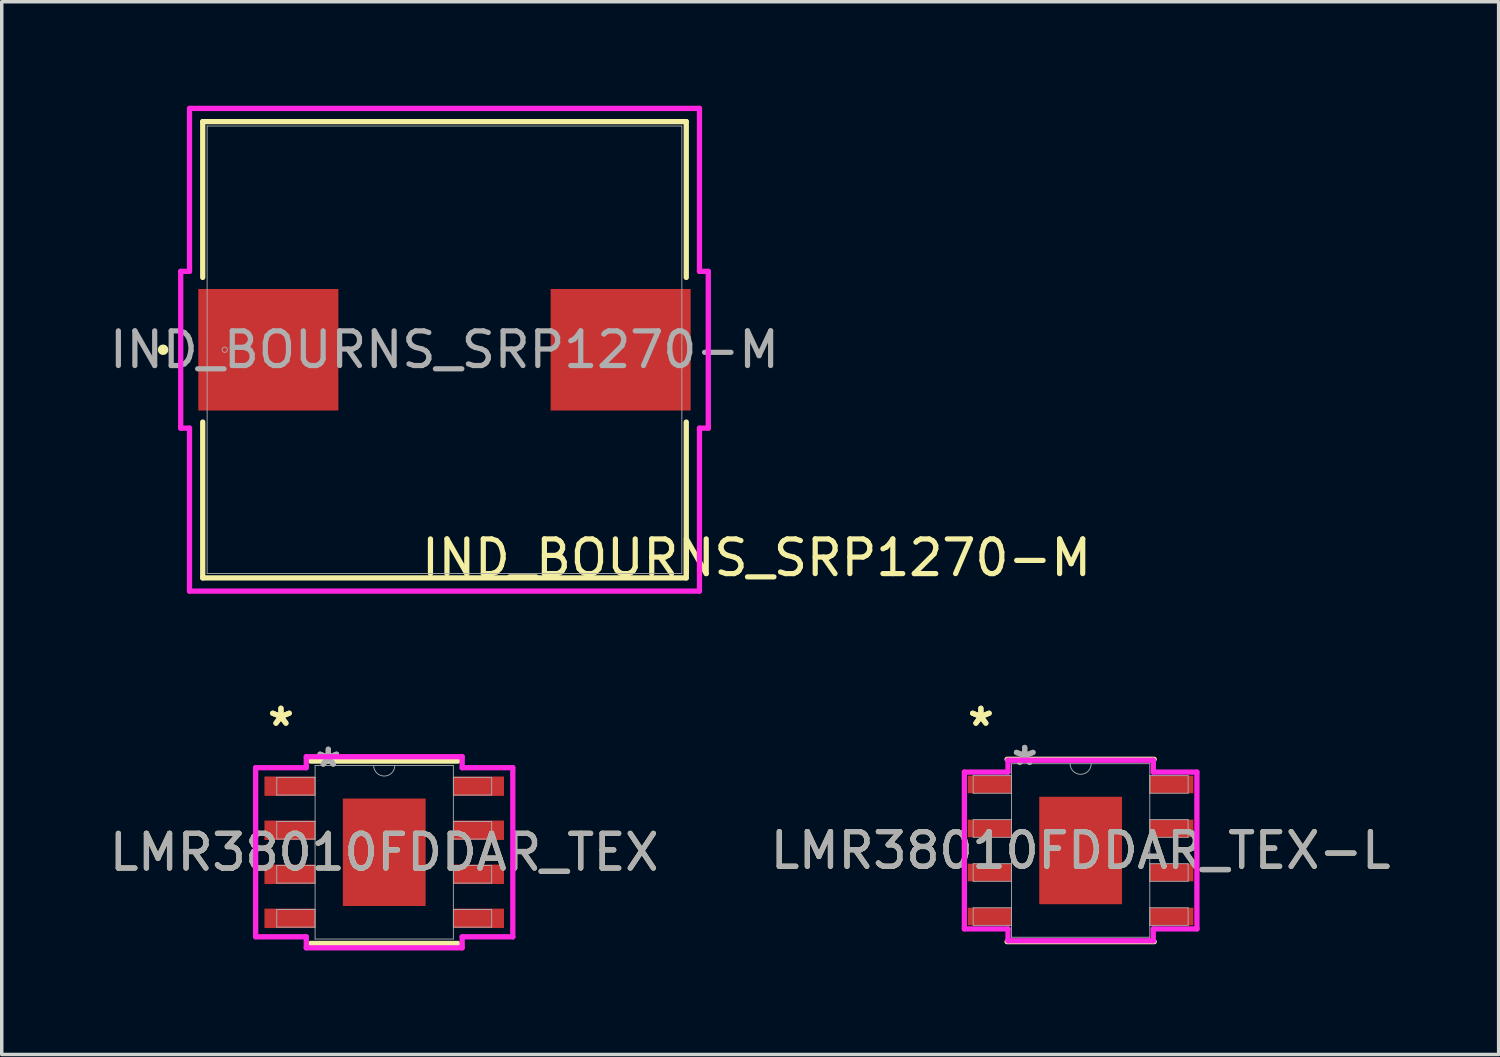
<source format=kicad_pcb>
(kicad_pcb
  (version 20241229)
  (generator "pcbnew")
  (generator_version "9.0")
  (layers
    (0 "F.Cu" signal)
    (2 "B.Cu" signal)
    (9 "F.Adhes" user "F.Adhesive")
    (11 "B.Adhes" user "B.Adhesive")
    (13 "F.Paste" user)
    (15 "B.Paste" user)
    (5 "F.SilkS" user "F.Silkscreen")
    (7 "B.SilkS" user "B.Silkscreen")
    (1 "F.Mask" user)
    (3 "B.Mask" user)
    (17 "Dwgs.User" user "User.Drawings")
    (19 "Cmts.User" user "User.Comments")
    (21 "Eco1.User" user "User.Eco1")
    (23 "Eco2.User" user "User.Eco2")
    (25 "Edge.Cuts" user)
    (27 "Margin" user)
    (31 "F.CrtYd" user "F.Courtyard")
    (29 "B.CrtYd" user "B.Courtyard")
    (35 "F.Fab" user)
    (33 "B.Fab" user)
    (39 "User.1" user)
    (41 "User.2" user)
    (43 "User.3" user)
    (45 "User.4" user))
  (footprint "IND_BOURNS_SRP1270-M"
    (layer "F.Cu")
    (at 9.768 7.036)
    (property "Reference" "IND_BOURNS_SRP1270-M" (at 9 6 0) (unlocked yes) (layer "F.SilkS") (effects (font (size 1 1) (thickness 0.15))))
    (attr smd)
    (fp_line (start -6.972 -6.579) (end -6.972 -2.085) (stroke (width 0.152) (type solid)) (layer "F.SilkS"))
    (fp_line (start -6.972 2.085) (end -6.972 6.579) (stroke (width 0.152) (type solid)) (layer "F.SilkS"))
    (fp_line (start -6.972 6.579) (end 6.972 6.579) (stroke (width 0.152) (type solid)) (layer "F.SilkS"))
    (fp_line (start 6.972 -6.579) (end -6.972 -6.579) (stroke (width 0.152) (type solid)) (layer "F.SilkS"))
    (fp_line (start 6.972 -2.085) (end 6.972 -6.579) (stroke (width 0.152) (type solid)) (layer "F.SilkS"))
    (fp_line (start 6.972 6.579) (end 6.972 2.085) (stroke (width 0.152) (type solid)) (layer "F.SilkS"))
    (fp_circle (center -8.115 0) (end -8.039 0) (stroke (width 0.152) (type solid)) (fill no) (layer "F.SilkS"))
    (fp_line (start -7.607 -2.261) (end -7.353 -2.261) (stroke (width 0.152) (type solid)) (layer "F.CrtYd"))
    (fp_line (start -7.607 2.261) (end -7.607 -2.261) (stroke (width 0.152) (type solid)) (layer "F.CrtYd"))
    (fp_line (start -7.353 -6.96) (end 7.353 -6.96) (stroke (width 0.152) (type solid)) (layer "F.CrtYd"))
    (fp_line (start -7.353 -2.261) (end -7.353 -6.96) (stroke (width 0.152) (type solid)) (layer "F.CrtYd"))
    (fp_line (start -7.353 2.261) (end -7.607 2.261) (stroke (width 0.152) (type solid)) (layer "F.CrtYd"))
    (fp_line (start -7.353 6.96) (end -7.353 2.261) (stroke (width 0.152) (type solid)) (layer "F.CrtYd"))
    (fp_line (start 7.353 -6.96) (end 7.353 -2.261) (stroke (width 0.152) (type solid)) (layer "F.CrtYd"))
    (fp_line (start 7.353 -2.261) (end 7.607 -2.261) (stroke (width 0.152) (type solid)) (layer "F.CrtYd"))
    (fp_line (start 7.353 2.261) (end 7.353 6.96) (stroke (width 0.152) (type solid)) (layer "F.CrtYd"))
    (fp_line (start 7.353 6.96) (end -7.353 6.96) (stroke (width 0.152) (type solid)) (layer "F.CrtYd"))
    (fp_line (start 7.607 -2.261) (end 7.607 2.261) (stroke (width 0.152) (type solid)) (layer "F.CrtYd"))
    (fp_line (start 7.607 2.261) (end 7.353 2.261) (stroke (width 0.152) (type solid)) (layer "F.CrtYd"))
    (fp_line (start -6.845 -6.452) (end -6.845 6.452) (stroke (width 0.025) (type solid)) (layer "F.Fab"))
    (fp_line (start -6.845 6.452) (end 6.845 6.452) (stroke (width 0.025) (type solid)) (layer "F.Fab"))
    (fp_line (start 6.845 -6.452) (end -6.845 -6.452) (stroke (width 0.025) (type solid)) (layer "F.Fab"))
    (fp_line (start 6.845 6.452) (end 6.845 -6.452) (stroke (width 0.025) (type solid)) (layer "F.Fab"))
    (fp_circle (center -6.337 0) (end -6.261 0) (stroke (width 0.025) (type solid)) (fill no) (layer "F.Fab"))
    (fp_text user "${REFERENCE}" (at 0 0 0) (unlocked yes) (layer "F.Fab") (effects (font (size 1 1) (thickness 0.15))))
    (pad "1" smd rect (at -5.08 0 90) (size 3.505 4.039) (layers "F.Cu" "F.Mask" "F.Paste"))
    (pad "2" smd rect (at 5.08 0 90) (size 3.505 4.039) (layers "F.Cu" "F.Mask" "F.Paste")))
  (footprint "LMR38010FDDAR_TEX-L"
    (layer "F.Cu")
    (at 28.113 21.476)
    (property "Reference" "LMR38010FDDAR_TEX-L" (at 0 0 0) (unlocked yes) (layer "F.SilkS") (effects (font (size 1 1) (thickness 0.15))))
    (attr smd)
    (fp_line (start -2.121 2.629) (end 2.121 2.629) (stroke (width 0.152) (type solid)) (layer "F.SilkS"))
    (fp_line (start 2.121 -2.629) (end -2.121 -2.629) (stroke (width 0.152) (type solid)) (layer "F.SilkS"))
    (fp_poly (pts (xy -1.094 -1.449) (xy -1.094 -0.1) (xy 1.094 -0.1) (xy 1.094 -1.449)) (stroke (width 0) (type solid)) (fill yes) (layer "F.Paste"))
    (fp_poly (pts (xy -1.094 0.1) (xy -1.094 1.449) (xy 1.094 1.449) (xy 1.094 0.1)) (stroke (width 0) (type solid)) (fill yes) (layer "F.Paste"))
    (fp_line (start -3.353 -2.261) (end -2.095 -2.261) (stroke (width 0.152) (type solid)) (layer "F.CrtYd"))
    (fp_line (start -3.353 2.261) (end -3.353 -2.261) (stroke (width 0.152) (type solid)) (layer "F.CrtYd"))
    (fp_line (start -3.353 2.261) (end -2.095 2.261) (stroke (width 0.152) (type solid)) (layer "F.CrtYd"))
    (fp_line (start -2.095 -2.603) (end 2.095 -2.603) (stroke (width 0.152) (type solid)) (layer "F.CrtYd"))
    (fp_line (start -2.095 -2.261) (end -2.095 -2.603) (stroke (width 0.152) (type solid)) (layer "F.CrtYd"))
    (fp_line (start -2.095 2.603) (end -2.095 2.261) (stroke (width 0.152) (type solid)) (layer "F.CrtYd"))
    (fp_line (start 2.095 -2.603) (end 2.095 -2.261) (stroke (width 0.152) (type solid)) (layer "F.CrtYd"))
    (fp_line (start 2.095 2.261) (end 2.095 2.603) (stroke (width 0.152) (type solid)) (layer "F.CrtYd"))
    (fp_line (start 2.095 2.603) (end -2.095 2.603) (stroke (width 0.152) (type solid)) (layer "F.CrtYd"))
    (fp_line (start 3.353 -2.261) (end 2.095 -2.261) (stroke (width 0.152) (type solid)) (layer "F.CrtYd"))
    (fp_line (start 3.353 -2.261) (end 3.353 2.261) (stroke (width 0.152) (type solid)) (layer "F.CrtYd"))
    (fp_line (start 3.353 2.261) (end 2.095 2.261) (stroke (width 0.152) (type solid)) (layer "F.CrtYd"))
    (fp_line (start -3.099 -2.159) (end -3.099 -1.651) (stroke (width 0.025) (type solid)) (layer "F.Fab"))
    (fp_line (start -3.099 -1.651) (end -1.994 -1.651) (stroke (width 0.025) (type solid)) (layer "F.Fab"))
    (fp_line (start -3.099 -0.889) (end -3.099 -0.381) (stroke (width 0.025) (type solid)) (layer "F.Fab"))
    (fp_line (start -3.099 -0.381) (end -1.994 -0.381) (stroke (width 0.025) (type solid)) (layer "F.Fab"))
    (fp_line (start -3.099 0.381) (end -3.099 0.889) (stroke (width 0.025) (type solid)) (layer "F.Fab"))
    (fp_line (start -3.099 0.889) (end -1.994 0.889) (stroke (width 0.025) (type solid)) (layer "F.Fab"))
    (fp_line (start -3.099 1.651) (end -3.099 2.159) (stroke (width 0.025) (type solid)) (layer "F.Fab"))
    (fp_line (start -3.099 2.159) (end -1.994 2.159) (stroke (width 0.025) (type solid)) (layer "F.Fab"))
    (fp_line (start -1.994 -2.502) (end -1.994 2.502) (stroke (width 0.025) (type solid)) (layer "F.Fab"))
    (fp_line (start -1.994 -2.159) (end -3.099 -2.159) (stroke (width 0.025) (type solid)) (layer "F.Fab"))
    (fp_line (start -1.994 -1.651) (end -1.994 -2.159) (stroke (width 0.025) (type solid)) (layer "F.Fab"))
    (fp_line (start -1.994 -0.889) (end -3.099 -0.889) (stroke (width 0.025) (type solid)) (layer "F.Fab"))
    (fp_line (start -1.994 -0.381) (end -1.994 -0.889) (stroke (width 0.025) (type solid)) (layer "F.Fab"))
    (fp_line (start -1.994 0.381) (end -3.099 0.381) (stroke (width 0.025) (type solid)) (layer "F.Fab"))
    (fp_line (start -1.994 0.889) (end -1.994 0.381) (stroke (width 0.025) (type solid)) (layer "F.Fab"))
    (fp_line (start -1.994 1.651) (end -3.099 1.651) (stroke (width 0.025) (type solid)) (layer "F.Fab"))
    (fp_line (start -1.994 2.159) (end -1.994 1.651) (stroke (width 0.025) (type solid)) (layer "F.Fab"))
    (fp_line (start -1.994 2.502) (end 1.994 2.502) (stroke (width 0.025) (type solid)) (layer "F.Fab"))
    (fp_line (start 1.994 -2.502) (end -1.994 -2.502) (stroke (width 0.025) (type solid)) (layer "F.Fab"))
    (fp_line (start 1.994 -2.159) (end 1.994 -1.651) (stroke (width 0.025) (type solid)) (layer "F.Fab"))
    (fp_line (start 1.994 -1.651) (end 3.099 -1.651) (stroke (width 0.025) (type solid)) (layer "F.Fab"))
    (fp_line (start 1.994 -0.889) (end 1.994 -0.381) (stroke (width 0.025) (type solid)) (layer "F.Fab"))
    (fp_line (start 1.994 -0.381) (end 3.099 -0.381) (stroke (width 0.025) (type solid)) (layer "F.Fab"))
    (fp_line (start 1.994 0.381) (end 1.994 0.889) (stroke (width 0.025) (type solid)) (layer "F.Fab"))
    (fp_line (start 1.994 0.889) (end 3.099 0.889) (stroke (width 0.025) (type solid)) (layer "F.Fab"))
    (fp_line (start 1.994 1.651) (end 1.994 2.159) (stroke (width 0.025) (type solid)) (layer "F.Fab"))
    (fp_line (start 1.994 2.159) (end 3.099 2.159) (stroke (width 0.025) (type solid)) (layer "F.Fab"))
    (fp_line (start 1.994 2.502) (end 1.994 -2.502) (stroke (width 0.025) (type solid)) (layer "F.Fab"))
    (fp_line (start 3.099 -2.159) (end 1.994 -2.159) (stroke (width 0.025) (type solid)) (layer "F.Fab"))
    (fp_line (start 3.099 -1.651) (end 3.099 -2.159) (stroke (width 0.025) (type solid)) (layer "F.Fab"))
    (fp_line (start 3.099 -0.889) (end 1.994 -0.889) (stroke (width 0.025) (type solid)) (layer "F.Fab"))
    (fp_line (start 3.099 -0.381) (end 3.099 -0.889) (stroke (width 0.025) (type solid)) (layer "F.Fab"))
    (fp_line (start 3.099 0.381) (end 1.994 0.381) (stroke (width 0.025) (type solid)) (layer "F.Fab"))
    (fp_line (start 3.099 0.889) (end 3.099 0.381) (stroke (width 0.025) (type solid)) (layer "F.Fab"))
    (fp_line (start 3.099 1.651) (end 1.994 1.651) (stroke (width 0.025) (type solid)) (layer "F.Fab"))
    (fp_line (start 3.099 2.159) (end 3.099 1.651) (stroke (width 0.025) (type solid)) (layer "F.Fab"))
    (fp_arc (start 0.3048 -2.5019) (mid 0 -2.1971) (end -0.3048 -2.5019) (stroke (width 0.0254) (type solid)) (layer "F.Fab"))
    (fp_text user "*" (at -2.877 -3.556 0) (layer "F.SilkS") (effects (font (size 1 1) (thickness 0.15))))
    (fp_text user "*" (at -2.877 -3.556 0) (unlocked yes) (layer "F.SilkS") (effects (font (size 1 1) (thickness 0.15))))
    (fp_text user "${REFERENCE}" (at 0 0 0) (unlocked yes) (layer "F.Fab") (effects (font (size 1 1) (thickness 0.15))))
    (fp_text user "*" (at -1.613 -2.426 0) (layer "F.Fab") (effects (font (size 1 1) (thickness 0.15))))
    (fp_text user "*" (at -1.613 -2.426 0) (unlocked yes) (layer "F.Fab") (effects (font (size 1 1) (thickness 0.15))))
    (pad "1" smd rect (at -2.623 -1.905) (size 1.257 0.508) (layers "F.Cu" "F.Mask" "F.Paste"))
    (pad "2" smd rect (at -2.623 -0.635) (size 1.257 0.508) (layers "F.Cu" "F.Mask" "F.Paste"))
    (pad "3" smd rect (at -2.623 0.635) (size 1.257 0.508) (layers "F.Cu" "F.Mask" "F.Paste"))
    (pad "4" smd rect (at -2.623 1.905) (size 1.257 0.508) (layers "F.Cu" "F.Mask" "F.Paste"))
    (pad "5" smd rect (at 2.623 1.905) (size 1.257 0.508) (layers "F.Cu" "F.Mask" "F.Paste"))
    (pad "6" smd rect (at 2.623 0.635) (size 1.257 0.508) (layers "F.Cu" "F.Mask" "F.Paste"))
    (pad "7" smd rect (at 2.623 -0.635) (size 1.257 0.508) (layers "F.Cu" "F.Mask" "F.Paste"))
    (pad "8" smd rect (at 2.623 -1.905) (size 1.257 0.508) (layers "F.Cu" "F.Mask" "F.Paste"))
    (pad "EPAD" smd rect (at 0 0) (size 2.388 3.099) (layers "F.Cu" "F.Mask")))
  (footprint "LMR38010FDDAR_TEX"
    (layer "F.Cu")
    (at 8.03 21.527)
    (property "Reference" "LMR38010FDDAR_TEX" (at 0 0 0) (unlocked yes) (layer "F.SilkS") (effects (font (size 1 1) (thickness 0.15))))
    (attr smd)
    (fp_line (start -2.121 2.629) (end 2.121 2.629) (stroke (width 0.152) (type solid)) (layer "F.SilkS"))
    (fp_line (start 2.121 -2.629) (end -2.121 -2.629) (stroke (width 0.152) (type solid)) (layer "F.SilkS"))
    (fp_poly (pts (xy -1.094 -1.449) (xy -1.094 -0.1) (xy 1.094 -0.1) (xy 1.094 -1.449)) (stroke (width 0) (type solid)) (fill yes) (layer "F.Paste"))
    (fp_poly (pts (xy -1.094 0.1) (xy -1.094 1.449) (xy 1.094 1.449) (xy 1.094 0.1)) (stroke (width 0) (type solid)) (fill yes) (layer "F.Paste"))
    (fp_line (start -3.708 -2.438) (end -2.248 -2.438) (stroke (width 0.152) (type solid)) (layer "F.CrtYd"))
    (fp_line (start -3.708 2.438) (end -3.708 -2.438) (stroke (width 0.152) (type solid)) (layer "F.CrtYd"))
    (fp_line (start -3.708 2.438) (end -2.248 2.438) (stroke (width 0.152) (type solid)) (layer "F.CrtYd"))
    (fp_line (start -2.248 -2.756) (end 2.248 -2.756) (stroke (width 0.152) (type solid)) (layer "F.CrtYd"))
    (fp_line (start -2.248 -2.438) (end -2.248 -2.756) (stroke (width 0.152) (type solid)) (layer "F.CrtYd"))
    (fp_line (start -2.248 2.756) (end -2.248 2.438) (stroke (width 0.152) (type solid)) (layer "F.CrtYd"))
    (fp_line (start 2.248 -2.756) (end 2.248 -2.438) (stroke (width 0.152) (type solid)) (layer "F.CrtYd"))
    (fp_line (start 2.248 2.438) (end 2.248 2.756) (stroke (width 0.152) (type solid)) (layer "F.CrtYd"))
    (fp_line (start 2.248 2.756) (end -2.248 2.756) (stroke (width 0.152) (type solid)) (layer "F.CrtYd"))
    (fp_line (start 3.708 -2.438) (end 2.248 -2.438) (stroke (width 0.152) (type solid)) (layer "F.CrtYd"))
    (fp_line (start 3.708 -2.438) (end 3.708 2.438) (stroke (width 0.152) (type solid)) (layer "F.CrtYd"))
    (fp_line (start 3.708 2.438) (end 2.248 2.438) (stroke (width 0.152) (type solid)) (layer "F.CrtYd"))
    (fp_line (start -3.099 -2.159) (end -3.099 -1.651) (stroke (width 0.025) (type solid)) (layer "F.Fab"))
    (fp_line (start -3.099 -1.651) (end -1.994 -1.651) (stroke (width 0.025) (type solid)) (layer "F.Fab"))
    (fp_line (start -3.099 -0.889) (end -3.099 -0.381) (stroke (width 0.025) (type solid)) (layer "F.Fab"))
    (fp_line (start -3.099 -0.381) (end -1.994 -0.381) (stroke (width 0.025) (type solid)) (layer "F.Fab"))
    (fp_line (start -3.099 0.381) (end -3.099 0.889) (stroke (width 0.025) (type solid)) (layer "F.Fab"))
    (fp_line (start -3.099 0.889) (end -1.994 0.889) (stroke (width 0.025) (type solid)) (layer "F.Fab"))
    (fp_line (start -3.099 1.651) (end -3.099 2.159) (stroke (width 0.025) (type solid)) (layer "F.Fab"))
    (fp_line (start -3.099 2.159) (end -1.994 2.159) (stroke (width 0.025) (type solid)) (layer "F.Fab"))
    (fp_line (start -1.994 -2.502) (end -1.994 2.502) (stroke (width 0.025) (type solid)) (layer "F.Fab"))
    (fp_line (start -1.994 -2.159) (end -3.099 -2.159) (stroke (width 0.025) (type solid)) (layer "F.Fab"))
    (fp_line (start -1.994 -1.651) (end -1.994 -2.159) (stroke (width 0.025) (type solid)) (layer "F.Fab"))
    (fp_line (start -1.994 -0.889) (end -3.099 -0.889) (stroke (width 0.025) (type solid)) (layer "F.Fab"))
    (fp_line (start -1.994 -0.381) (end -1.994 -0.889) (stroke (width 0.025) (type solid)) (layer "F.Fab"))
    (fp_line (start -1.994 0.381) (end -3.099 0.381) (stroke (width 0.025) (type solid)) (layer "F.Fab"))
    (fp_line (start -1.994 0.889) (end -1.994 0.381) (stroke (width 0.025) (type solid)) (layer "F.Fab"))
    (fp_line (start -1.994 1.651) (end -3.099 1.651) (stroke (width 0.025) (type solid)) (layer "F.Fab"))
    (fp_line (start -1.994 2.159) (end -1.994 1.651) (stroke (width 0.025) (type solid)) (layer "F.Fab"))
    (fp_line (start -1.994 2.502) (end 1.994 2.502) (stroke (width 0.025) (type solid)) (layer "F.Fab"))
    (fp_line (start 1.994 -2.502) (end -1.994 -2.502) (stroke (width 0.025) (type solid)) (layer "F.Fab"))
    (fp_line (start 1.994 -2.159) (end 1.994 -1.651) (stroke (width 0.025) (type solid)) (layer "F.Fab"))
    (fp_line (start 1.994 -1.651) (end 3.099 -1.651) (stroke (width 0.025) (type solid)) (layer "F.Fab"))
    (fp_line (start 1.994 -0.889) (end 1.994 -0.381) (stroke (width 0.025) (type solid)) (layer "F.Fab"))
    (fp_line (start 1.994 -0.381) (end 3.099 -0.381) (stroke (width 0.025) (type solid)) (layer "F.Fab"))
    (fp_line (start 1.994 0.381) (end 1.994 0.889) (stroke (width 0.025) (type solid)) (layer "F.Fab"))
    (fp_line (start 1.994 0.889) (end 3.099 0.889) (stroke (width 0.025) (type solid)) (layer "F.Fab"))
    (fp_line (start 1.994 1.651) (end 1.994 2.159) (stroke (width 0.025) (type solid)) (layer "F.Fab"))
    (fp_line (start 1.994 2.159) (end 3.099 2.159) (stroke (width 0.025) (type solid)) (layer "F.Fab"))
    (fp_line (start 1.994 2.502) (end 1.994 -2.502) (stroke (width 0.025) (type solid)) (layer "F.Fab"))
    (fp_line (start 3.099 -2.159) (end 1.994 -2.159) (stroke (width 0.025) (type solid)) (layer "F.Fab"))
    (fp_line (start 3.099 -1.651) (end 3.099 -2.159) (stroke (width 0.025) (type solid)) (layer "F.Fab"))
    (fp_line (start 3.099 -0.889) (end 1.994 -0.889) (stroke (width 0.025) (type solid)) (layer "F.Fab"))
    (fp_line (start 3.099 -0.381) (end 3.099 -0.889) (stroke (width 0.025) (type solid)) (layer "F.Fab"))
    (fp_line (start 3.099 0.381) (end 1.994 0.381) (stroke (width 0.025) (type solid)) (layer "F.Fab"))
    (fp_line (start 3.099 0.889) (end 3.099 0.381) (stroke (width 0.025) (type solid)) (layer "F.Fab"))
    (fp_line (start 3.099 1.651) (end 1.994 1.651) (stroke (width 0.025) (type solid)) (layer "F.Fab"))
    (fp_line (start 3.099 2.159) (end 3.099 1.651) (stroke (width 0.025) (type solid)) (layer "F.Fab"))
    (fp_arc (start 0.3048 -2.5019) (mid 0 -2.1971) (end -0.3048 -2.5019) (stroke (width 0.0254) (type solid)) (layer "F.Fab"))
    (fp_text user "*" (at -2.978 -3.607 0) (unlocked yes) (layer "F.SilkS") (effects (font (size 1 1) (thickness 0.15))))
    (fp_text user "*" (at -2.978 -3.607 0) (layer "F.SilkS") (effects (font (size 1 1) (thickness 0.15))))
    (fp_text user "*" (at -1.613 -2.426 0) (unlocked yes) (layer "F.Fab") (effects (font (size 1 1) (thickness 0.15))))
    (fp_text user "${REFERENCE}" (at 0 0 0) (unlocked yes) (layer "F.Fab") (effects (font (size 1 1) (thickness 0.15))))
    (fp_text user "*" (at -1.613 -2.426 0) (layer "F.Fab") (effects (font (size 1 1) (thickness 0.15))))
    (pad "1" smd rect (at -2.724 -1.905) (size 1.46 0.559) (layers "F.Cu" "F.Mask" "F.Paste"))
    (pad "2" smd rect (at -2.724 -0.635) (size 1.46 0.559) (layers "F.Cu" "F.Mask" "F.Paste"))
    (pad "3" smd rect (at -2.724 0.635) (size 1.46 0.559) (layers "F.Cu" "F.Mask" "F.Paste"))
    (pad "4" smd rect (at -2.724 1.905) (size 1.46 0.559) (layers "F.Cu" "F.Mask" "F.Paste"))
    (pad "5" smd rect (at 2.724 1.905) (size 1.46 0.559) (layers "F.Cu" "F.Mask" "F.Paste"))
    (pad "6" smd rect (at 2.724 0.635) (size 1.46 0.559) (layers "F.Cu" "F.Mask" "F.Paste"))
    (pad "7" smd rect (at 2.724 -0.635) (size 1.46 0.559) (layers "F.Cu" "F.Mask" "F.Paste"))
    (pad "8" smd rect (at 2.724 -1.905) (size 1.46 0.559) (layers "F.Cu" "F.Mask" "F.Paste"))
    (pad "EPAD" smd rect (at 0 0) (size 2.388 3.099) (layers "F.Cu" "F.Mask")))
  (gr_rect
    (start -3 -3)
    (end 40.167 27.359)
    (stroke (width 0.1) (type default))
    (fill no)
    (layer "Edge.Cuts")))
</source>
